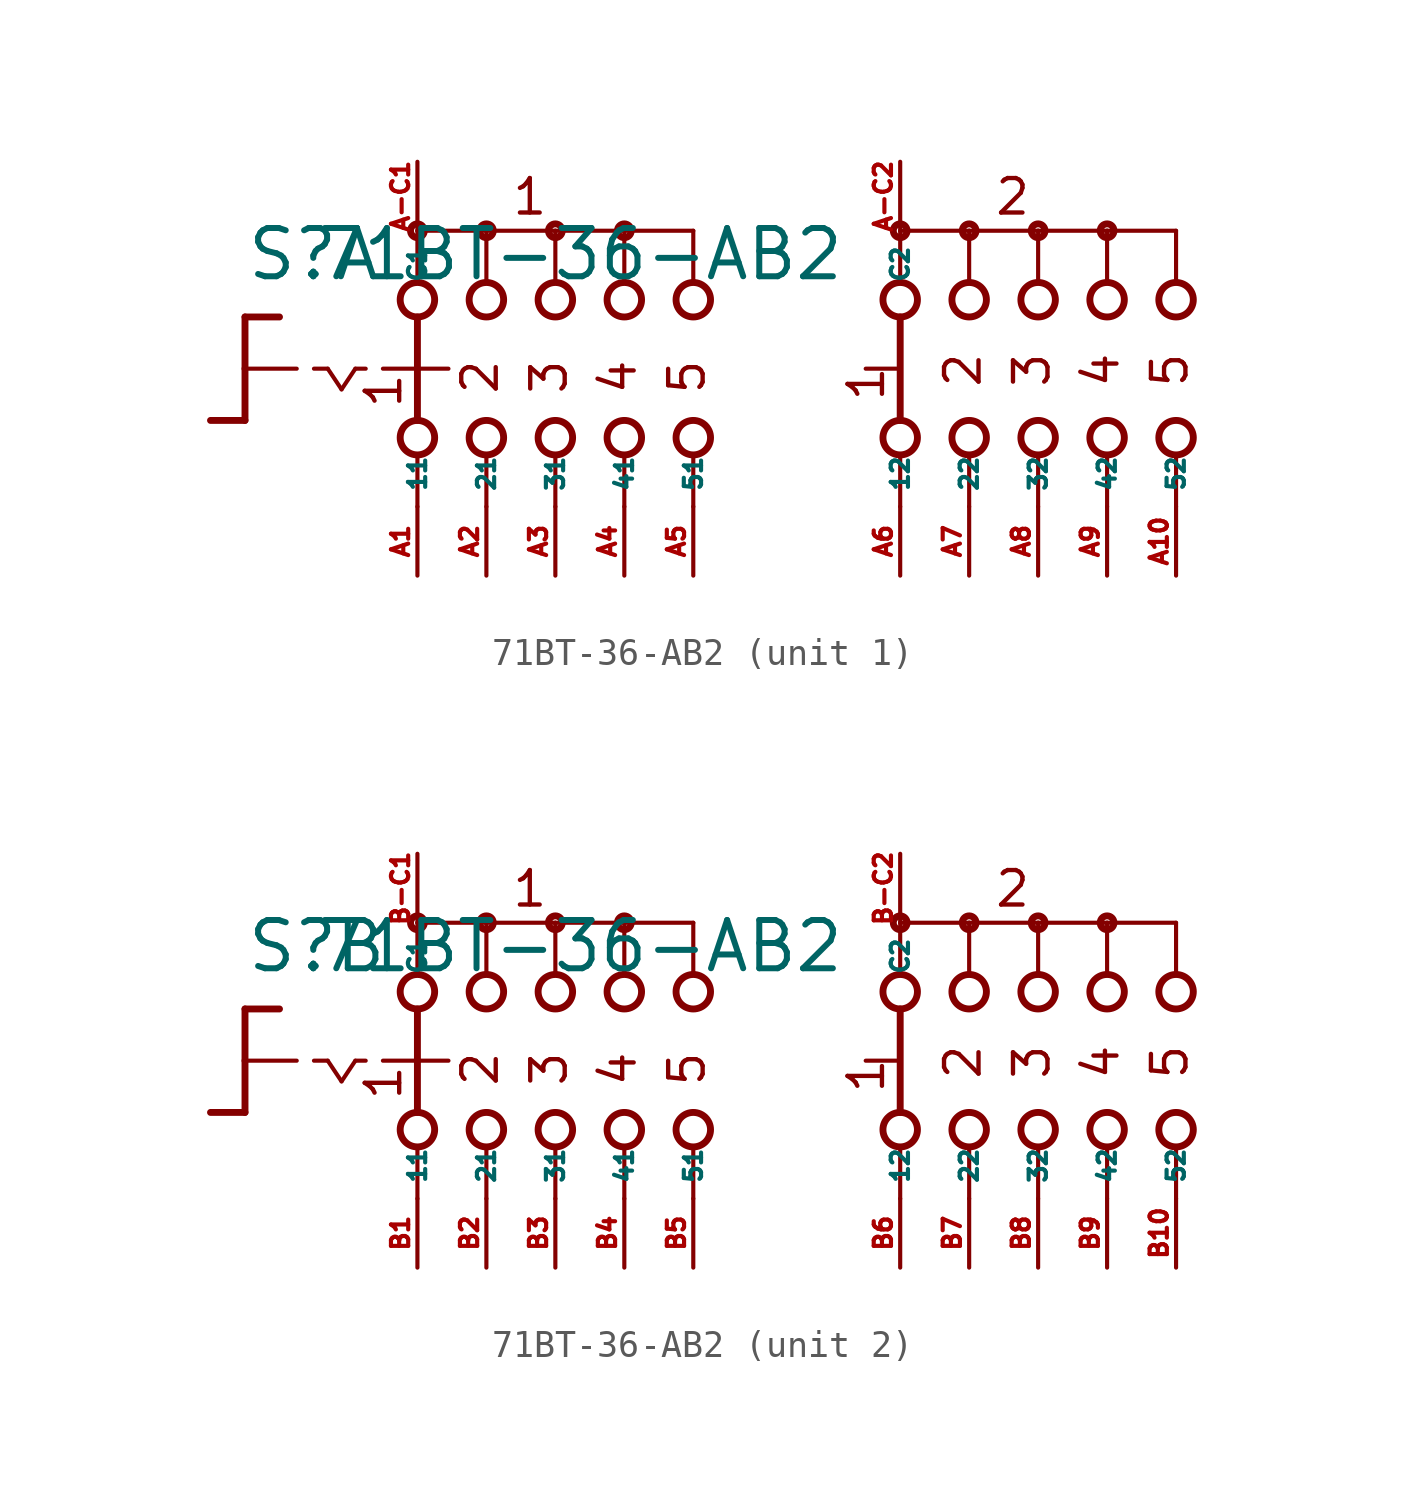
<source format=kicad_sym>
(kicad_symbol_lib
  (version 20220914)
  (generator Eagle2Kicad)
  (symbol "71BT-36-AB2"
    (property "Reference" "S"
      (at -19.05 3.175 0)
      (effects (font (size 1.778 1.778) (thickness 0.22)) (justify left bottom)))
    (property "Value" "71BT-36-AB2"
      (at -16.51 3.175 0)
      (effects (font (size 1.778 1.778) (thickness 0.22)) (justify left bottom)))
    (symbol "71BT-36-AB2_1_0"
      (polyline (pts (xy -19.05 1.905) (xy -17.78 1.905)) (stroke (width 0.254) (type default)) (fill (type none)))
      (polyline (pts (xy -19.05 1.905) (xy -19.05 0)) (stroke (width 0.254) (type default)) (fill (type none)))
      (polyline (pts (xy -19.05 -1.905) (xy -20.32 -1.905)) (stroke (width 0.254) (type default)) (fill (type none)))
      (polyline (pts (xy -19.05 0) (xy -17.145 0)) (stroke (width 0.152) (type default)) (fill (type none)))
      (polyline (pts (xy -19.05 0) (xy -19.05 -1.905)) (stroke (width 0.254) (type default)) (fill (type none)))
      (polyline (pts (xy -16.51 0) (xy -16.002 0)) (stroke (width 0.152) (type default)) (fill (type none)))
      (polyline (pts (xy -14.986 0) (xy -14.605 0)) (stroke (width 0.152) (type default)) (fill (type none)))
      (polyline (pts (xy -16.002 0) (xy -15.494 -0.762)) (stroke (width 0.152) (type default)) (fill (type none)))
      (polyline (pts (xy -15.494 -0.762) (xy -14.986 0)) (stroke (width 0.152) (type default)) (fill (type none)))
      (polyline (pts (xy -10.16 3.175) (xy -10.16 5.08)) (stroke (width 0.152) (type default)) (fill (type none)))
      (polyline (pts (xy -7.62 3.175) (xy -7.62 5.08)) (stroke (width 0.152) (type default)) (fill (type none)))
      (polyline (pts (xy -5.08 3.175) (xy -5.08 5.08)) (stroke (width 0.152) (type default)) (fill (type none)))
      (polyline (pts (xy -7.62 5.08) (xy -10.16 5.08)) (stroke (width 0.152) (type default)) (fill (type none)))
      (polyline (pts (xy -7.62 5.08) (xy -5.08 5.08)) (stroke (width 0.152) (type default)) (fill (type none)))
      (polyline (pts (xy -2.54 3.175) (xy -2.54 5.08)) (stroke (width 0.152) (type default)) (fill (type none)))
      (polyline (pts (xy -5.08 5.08) (xy -2.54 5.08)) (stroke (width 0.152) (type default)) (fill (type none)))
      (polyline (pts (xy -12.7 5.08) (xy -12.7 3.175)) (stroke (width 0.152) (type default)) (fill (type none)))
      (polyline (pts (xy -10.16 5.08) (xy -12.7 5.08)) (stroke (width 0.152) (type default)) (fill (type none)))
      (polyline (pts (xy 5.08 3.175) (xy 5.08 5.08)) (stroke (width 0.152) (type default)) (fill (type none)))
      (polyline (pts (xy 5.08 -5.08) (xy 5.08 -3.175)) (stroke (width 0.152) (type default)) (fill (type none)))
      (polyline (pts (xy 7.62 3.175) (xy 7.62 5.08)) (stroke (width 0.152) (type default)) (fill (type none)))
      (polyline (pts (xy 10.16 3.175) (xy 10.16 5.08)) (stroke (width 0.152) (type default)) (fill (type none)))
      (polyline (pts (xy 12.7 3.175) (xy 12.7 5.08)) (stroke (width 0.152) (type default)) (fill (type none)))
      (polyline (pts (xy 15.24 3.175) (xy 15.24 5.08)) (stroke (width 0.152) (type default)) (fill (type none)))
      (polyline (pts (xy 5.08 5.08) (xy 7.62 5.08)) (stroke (width 0.152) (type default)) (fill (type none)))
      (polyline (pts (xy 7.62 5.08) (xy 10.16 5.08)) (stroke (width 0.152) (type default)) (fill (type none)))
      (polyline (pts (xy 10.16 5.08) (xy 12.7 5.08)) (stroke (width 0.152) (type default)) (fill (type none)))
      (polyline (pts (xy 12.7 5.08) (xy 15.24 5.08)) (stroke (width 0.152) (type default)) (fill (type none)))
      (polyline (pts (xy 7.62 -5.08) (xy 7.62 -3.175)) (stroke (width 0.152) (type default)) (fill (type none)))
      (polyline (pts (xy 10.16 -5.08) (xy 10.16 -3.175)) (stroke (width 0.152) (type default)) (fill (type none)))
      (polyline (pts (xy 12.7 -5.08) (xy 12.7 -3.175)) (stroke (width 0.152) (type default)) (fill (type none)))
      (polyline (pts (xy 15.24 -5.08) (xy 15.24 -3.175)) (stroke (width 0.152) (type default)) (fill (type none)))
      (polyline (pts (xy 5.08 1.905) (xy 5.08 -1.905)) (stroke (width 0.254) (type default)) (fill (type none)))
      (polyline (pts (xy 3.81 0) (xy 4.953 0)) (stroke (width 0.152) (type default)) (fill (type none)))
      (polyline (pts (xy -13.97 0) (xy -12.827 0)) (stroke (width 0.152) (type default)) (fill (type none)))
      (polyline (pts (xy -10.16 -5.08) (xy -10.16 -3.175)) (stroke (width 0.152) (type default)) (fill (type none)))
      (polyline (pts (xy -7.62 -5.08) (xy -7.62 -3.175)) (stroke (width 0.152) (type default)) (fill (type none)))
      (polyline (pts (xy -5.08 -5.08) (xy -5.08 -3.175)) (stroke (width 0.152) (type default)) (fill (type none)))
      (polyline (pts (xy -2.54 -5.08) (xy -2.54 -3.175)) (stroke (width 0.152) (type default)) (fill (type none)))
      (polyline (pts (xy -12.7 1.905) (xy -12.7 0)) (stroke (width 0.254) (type default)) (fill (type none)))
      (polyline (pts (xy -12.7 -3.175) (xy -12.7 -5.08)) (stroke (width 0.152) (type default)) (fill (type none)))
      (polyline (pts (xy -12.7 0) (xy -11.557 0)) (stroke (width 0.152) (type default)) (fill (type none)))
      (polyline (pts (xy -12.7 0) (xy -12.7 -1.905)) (stroke (width 0.254) (type default)) (fill (type none)))
      (text "2" (at 8.128 -0.762 900) (effects (font (size 1.27 1.27) (thickness 0.16)) (justify left bottom)))
      (text "3" (at 10.668 -0.762 900) (effects (font (size 1.27 1.27) (thickness 0.16)) (justify left bottom)))
      (text "4" (at 13.208 -0.762 900) (effects (font (size 1.27 1.27) (thickness 0.16)) (justify left bottom)))
      (text "5" (at 15.748 -0.762 900) (effects (font (size 1.27 1.27) (thickness 0.16)) (justify left bottom)))
      (text "1" (at 4.572 -1.27 900) (effects (font (size 1.27 1.27) (thickness 0.16)) (justify left bottom)))
      (text "1" (at -13.208 -1.524 900) (effects (font (size 1.27 1.27) (thickness 0.16)) (justify left bottom)))
      (text "2" (at -9.652 -1.016 900) (effects (font (size 1.27 1.27) (thickness 0.16)) (justify left bottom)))
      (text "3" (at -7.112 -1.016 900) (effects (font (size 1.27 1.27) (thickness 0.16)) (justify left bottom)))
      (text "4" (at -4.572 -1.016 900) (effects (font (size 1.27 1.27) (thickness 0.16)) (justify left bottom)))
      (text "5" (at -2.032 -1.016 900) (effects (font (size 1.27 1.27) (thickness 0.16)) (justify left bottom)))
      (text "1 " (at -9.271 5.588 0) (effects (font (size 1.27 1.27) (thickness 0.16)) (justify left bottom)))
      (text "2 " (at 8.509 5.588 0) (effects (font (size 1.27 1.27) (thickness 0.16)) (justify left bottom)))
      (circle (center -7.62 5.08) (radius 0.254) (stroke (width 0.254) (type default)) (fill (type none)))
      (circle (center -5.08 5.08) (radius 0.254) (stroke (width 0.254) (type default)) (fill (type none)))
      (circle (center -12.7 5.08) (radius 0.254) (stroke (width 0.254) (type default)) (fill (type none)))
      (circle (center -10.16 5.08) (radius 0.254) (stroke (width 0.254) (type default)) (fill (type none)))
      (circle (center -12.7 2.54) (radius 0.635) (stroke (width 0.254) (type default)) (fill (type none)))
      (circle (center -10.16 2.54) (radius 0.635) (stroke (width 0.254) (type default)) (fill (type none)))
      (circle (center -7.62 2.54) (radius 0.635) (stroke (width 0.254) (type default)) (fill (type none)))
      (circle (center -5.08 2.54) (radius 0.635) (stroke (width 0.254) (type default)) (fill (type none)))
      (circle (center -2.54 2.54) (radius 0.635) (stroke (width 0.254) (type default)) (fill (type none)))
      (circle (center 5.08 5.08) (radius 0.254) (stroke (width 0.254) (type default)) (fill (type none)))
      (circle (center 5.08 2.54) (radius 0.635) (stroke (width 0.254) (type default)) (fill (type none)))
      (circle (center 5.08 -2.54) (radius 0.635) (stroke (width 0.254) (type default)) (fill (type none)))
      (circle (center 7.62 2.54) (radius 0.635) (stroke (width 0.254) (type default)) (fill (type none)))
      (circle (center 10.16 2.54) (radius 0.635) (stroke (width 0.254) (type default)) (fill (type none)))
      (circle (center 12.7 2.54) (radius 0.635) (stroke (width 0.254) (type default)) (fill (type none)))
      (circle (center 15.24 2.54) (radius 0.635) (stroke (width 0.254) (type default)) (fill (type none)))
      (circle (center 7.62 5.08) (radius 0.254) (stroke (width 0.254) (type default)) (fill (type none)))
      (circle (center 10.16 5.08) (radius 0.254) (stroke (width 0.254) (type default)) (fill (type none)))
      (circle (center 12.7 5.08) (radius 0.254) (stroke (width 0.254) (type default)) (fill (type none)))
      (circle (center 7.62 -2.54) (radius 0.635) (stroke (width 0.254) (type default)) (fill (type none)))
      (circle (center 10.16 -2.54) (radius 0.635) (stroke (width 0.254) (type default)) (fill (type none)))
      (circle (center 12.7 -2.54) (radius 0.635) (stroke (width 0.254) (type default)) (fill (type none)))
      (circle (center 15.24 -2.54) (radius 0.635) (stroke (width 0.254) (type default)) (fill (type none)))
      (circle (center -12.7 -2.54) (radius 0.635) (stroke (width 0.254) (type default)) (fill (type none)))
      (circle (center -10.16 -2.54) (radius 0.635) (stroke (width 0.254) (type default)) (fill (type none)))
      (circle (center -7.62 -2.54) (radius 0.635) (stroke (width 0.254) (type default)) (fill (type none)))
      (circle (center -5.08 -2.54) (radius 0.635) (stroke (width 0.254) (type default)) (fill (type none)))
      (circle (center -2.54 -2.54) (radius 0.635) (stroke (width 0.254) (type default)) (fill (type none)))
      (pin passive line (at -12.7 -7.62 90) (length 2.54) (name "11" (effects (font (size 0.635 0.635) (thickness 0.08)) (justify left bottom))) (number "A1" (effects (font (size 0.635 0.635) (thickness 0.08)) (justify left bottom))))
      (pin passive line (at -12.7 7.62 270) (length 2.54) (name "C1" (effects (font (size 0.635 0.635) (thickness 0.08)) (justify left bottom))) (number "A-C1" (effects (font (size 0.635 0.635) (thickness 0.08)) (justify left bottom))))
      (pin passive line (at -10.16 -7.62 90) (length 2.54) (name "21" (effects (font (size 0.635 0.635) (thickness 0.08)) (justify left bottom))) (number "A2" (effects (font (size 0.635 0.635) (thickness 0.08)) (justify left bottom))))
      (pin passive line (at -7.62 -7.62 90) (length 2.54) (name "31" (effects (font (size 0.635 0.635) (thickness 0.08)) (justify left bottom))) (number "A3" (effects (font (size 0.635 0.635) (thickness 0.08)) (justify left bottom))))
      (pin passive line (at -5.08 -7.62 90) (length 2.54) (name "41" (effects (font (size 0.635 0.635) (thickness 0.08)) (justify left bottom))) (number "A4" (effects (font (size 0.635 0.635) (thickness 0.08)) (justify left bottom))))
      (pin passive line (at -2.54 -7.62 90) (length 2.54) (name "51" (effects (font (size 0.635 0.635) (thickness 0.08)) (justify left bottom))) (number "A5" (effects (font (size 0.635 0.635) (thickness 0.08)) (justify left bottom))))
      (pin passive line (at 5.08 -7.62 90) (length 2.54) (name "12" (effects (font (size 0.635 0.635) (thickness 0.08)) (justify left bottom))) (number "A6" (effects (font (size 0.635 0.635) (thickness 0.08)) (justify left bottom))))
      (pin passive line (at 7.62 -7.62 90) (length 2.54) (name "22" (effects (font (size 0.635 0.635) (thickness 0.08)) (justify left bottom))) (number "A7" (effects (font (size 0.635 0.635) (thickness 0.08)) (justify left bottom))))
      (pin passive line (at 10.16 -7.62 90) (length 2.54) (name "32" (effects (font (size 0.635 0.635) (thickness 0.08)) (justify left bottom))) (number "A8" (effects (font (size 0.635 0.635) (thickness 0.08)) (justify left bottom))))
      (pin passive line (at 12.7 -7.62 90) (length 2.54) (name "42" (effects (font (size 0.635 0.635) (thickness 0.08)) (justify left bottom))) (number "A9" (effects (font (size 0.635 0.635) (thickness 0.08)) (justify left bottom))))
      (pin passive line (at 15.24 -7.62 90) (length 2.54) (name "52" (effects (font (size 0.635 0.635) (thickness 0.08)) (justify left bottom))) (number "A10" (effects (font (size 0.635 0.635) (thickness 0.08)) (justify left bottom))))
      (pin passive line (at 5.08 7.62 270) (length 2.54) (name "C2" (effects (font (size 0.635 0.635) (thickness 0.08)) (justify left bottom))) (number "A-C2" (effects (font (size 0.635 0.635) (thickness 0.08)) (justify left bottom)))))
    (symbol "71BT-36-AB2_2_0"
      (polyline (pts (xy -19.05 1.905) (xy -17.78 1.905)) (stroke (width 0.254) (type default)) (fill (type none)))
      (polyline (pts (xy -19.05 1.905) (xy -19.05 0)) (stroke (width 0.254) (type default)) (fill (type none)))
      (polyline (pts (xy -19.05 -1.905) (xy -20.32 -1.905)) (stroke (width 0.254) (type default)) (fill (type none)))
      (polyline (pts (xy -19.05 0) (xy -17.145 0)) (stroke (width 0.152) (type default)) (fill (type none)))
      (polyline (pts (xy -19.05 0) (xy -19.05 -1.905)) (stroke (width 0.254) (type default)) (fill (type none)))
      (polyline (pts (xy -16.51 0) (xy -16.002 0)) (stroke (width 0.152) (type default)) (fill (type none)))
      (polyline (pts (xy -14.986 0) (xy -14.605 0)) (stroke (width 0.152) (type default)) (fill (type none)))
      (polyline (pts (xy -16.002 0) (xy -15.494 -0.762)) (stroke (width 0.152) (type default)) (fill (type none)))
      (polyline (pts (xy -15.494 -0.762) (xy -14.986 0)) (stroke (width 0.152) (type default)) (fill (type none)))
      (polyline (pts (xy -10.16 3.175) (xy -10.16 5.08)) (stroke (width 0.152) (type default)) (fill (type none)))
      (polyline (pts (xy -7.62 3.175) (xy -7.62 5.08)) (stroke (width 0.152) (type default)) (fill (type none)))
      (polyline (pts (xy -5.08 3.175) (xy -5.08 5.08)) (stroke (width 0.152) (type default)) (fill (type none)))
      (polyline (pts (xy -7.62 5.08) (xy -10.16 5.08)) (stroke (width 0.152) (type default)) (fill (type none)))
      (polyline (pts (xy -7.62 5.08) (xy -5.08 5.08)) (stroke (width 0.152) (type default)) (fill (type none)))
      (polyline (pts (xy -2.54 3.175) (xy -2.54 5.08)) (stroke (width 0.152) (type default)) (fill (type none)))
      (polyline (pts (xy -5.08 5.08) (xy -2.54 5.08)) (stroke (width 0.152) (type default)) (fill (type none)))
      (polyline (pts (xy -12.7 5.08) (xy -12.7 3.175)) (stroke (width 0.152) (type default)) (fill (type none)))
      (polyline (pts (xy -10.16 5.08) (xy -12.7 5.08)) (stroke (width 0.152) (type default)) (fill (type none)))
      (polyline (pts (xy 5.08 3.175) (xy 5.08 5.08)) (stroke (width 0.152) (type default)) (fill (type none)))
      (polyline (pts (xy 5.08 -5.08) (xy 5.08 -3.175)) (stroke (width 0.152) (type default)) (fill (type none)))
      (polyline (pts (xy 7.62 3.175) (xy 7.62 5.08)) (stroke (width 0.152) (type default)) (fill (type none)))
      (polyline (pts (xy 10.16 3.175) (xy 10.16 5.08)) (stroke (width 0.152) (type default)) (fill (type none)))
      (polyline (pts (xy 12.7 3.175) (xy 12.7 5.08)) (stroke (width 0.152) (type default)) (fill (type none)))
      (polyline (pts (xy 15.24 3.175) (xy 15.24 5.08)) (stroke (width 0.152) (type default)) (fill (type none)))
      (polyline (pts (xy 5.08 5.08) (xy 7.62 5.08)) (stroke (width 0.152) (type default)) (fill (type none)))
      (polyline (pts (xy 7.62 5.08) (xy 10.16 5.08)) (stroke (width 0.152) (type default)) (fill (type none)))
      (polyline (pts (xy 10.16 5.08) (xy 12.7 5.08)) (stroke (width 0.152) (type default)) (fill (type none)))
      (polyline (pts (xy 12.7 5.08) (xy 15.24 5.08)) (stroke (width 0.152) (type default)) (fill (type none)))
      (polyline (pts (xy 7.62 -5.08) (xy 7.62 -3.175)) (stroke (width 0.152) (type default)) (fill (type none)))
      (polyline (pts (xy 10.16 -5.08) (xy 10.16 -3.175)) (stroke (width 0.152) (type default)) (fill (type none)))
      (polyline (pts (xy 12.7 -5.08) (xy 12.7 -3.175)) (stroke (width 0.152) (type default)) (fill (type none)))
      (polyline (pts (xy 15.24 -5.08) (xy 15.24 -3.175)) (stroke (width 0.152) (type default)) (fill (type none)))
      (polyline (pts (xy 5.08 1.905) (xy 5.08 -1.905)) (stroke (width 0.254) (type default)) (fill (type none)))
      (polyline (pts (xy 3.81 0) (xy 4.953 0)) (stroke (width 0.152) (type default)) (fill (type none)))
      (polyline (pts (xy -13.97 0) (xy -12.827 0)) (stroke (width 0.152) (type default)) (fill (type none)))
      (polyline (pts (xy -10.16 -5.08) (xy -10.16 -3.175)) (stroke (width 0.152) (type default)) (fill (type none)))
      (polyline (pts (xy -7.62 -5.08) (xy -7.62 -3.175)) (stroke (width 0.152) (type default)) (fill (type none)))
      (polyline (pts (xy -5.08 -5.08) (xy -5.08 -3.175)) (stroke (width 0.152) (type default)) (fill (type none)))
      (polyline (pts (xy -2.54 -5.08) (xy -2.54 -3.175)) (stroke (width 0.152) (type default)) (fill (type none)))
      (polyline (pts (xy -12.7 1.905) (xy -12.7 0)) (stroke (width 0.254) (type default)) (fill (type none)))
      (polyline (pts (xy -12.7 -3.175) (xy -12.7 -5.08)) (stroke (width 0.152) (type default)) (fill (type none)))
      (polyline (pts (xy -12.7 0) (xy -11.557 0)) (stroke (width 0.152) (type default)) (fill (type none)))
      (polyline (pts (xy -12.7 0) (xy -12.7 -1.905)) (stroke (width 0.254) (type default)) (fill (type none)))
      (text "2" (at 8.128 -0.762 900) (effects (font (size 1.27 1.27) (thickness 0.16)) (justify left bottom)))
      (text "3" (at 10.668 -0.762 900) (effects (font (size 1.27 1.27) (thickness 0.16)) (justify left bottom)))
      (text "4" (at 13.208 -0.762 900) (effects (font (size 1.27 1.27) (thickness 0.16)) (justify left bottom)))
      (text "5" (at 15.748 -0.762 900) (effects (font (size 1.27 1.27) (thickness 0.16)) (justify left bottom)))
      (text "1" (at 4.572 -1.27 900) (effects (font (size 1.27 1.27) (thickness 0.16)) (justify left bottom)))
      (text "1" (at -13.208 -1.524 900) (effects (font (size 1.27 1.27) (thickness 0.16)) (justify left bottom)))
      (text "2" (at -9.652 -1.016 900) (effects (font (size 1.27 1.27) (thickness 0.16)) (justify left bottom)))
      (text "3" (at -7.112 -1.016 900) (effects (font (size 1.27 1.27) (thickness 0.16)) (justify left bottom)))
      (text "4" (at -4.572 -1.016 900) (effects (font (size 1.27 1.27) (thickness 0.16)) (justify left bottom)))
      (text "5" (at -2.032 -1.016 900) (effects (font (size 1.27 1.27) (thickness 0.16)) (justify left bottom)))
      (text "1 " (at -9.271 5.588 0) (effects (font (size 1.27 1.27) (thickness 0.16)) (justify left bottom)))
      (text "2 " (at 8.509 5.588 0) (effects (font (size 1.27 1.27) (thickness 0.16)) (justify left bottom)))
      (circle (center -7.62 5.08) (radius 0.254) (stroke (width 0.254) (type default)) (fill (type none)))
      (circle (center -5.08 5.08) (radius 0.254) (stroke (width 0.254) (type default)) (fill (type none)))
      (circle (center -12.7 5.08) (radius 0.254) (stroke (width 0.254) (type default)) (fill (type none)))
      (circle (center -10.16 5.08) (radius 0.254) (stroke (width 0.254) (type default)) (fill (type none)))
      (circle (center -12.7 2.54) (radius 0.635) (stroke (width 0.254) (type default)) (fill (type none)))
      (circle (center -10.16 2.54) (radius 0.635) (stroke (width 0.254) (type default)) (fill (type none)))
      (circle (center -7.62 2.54) (radius 0.635) (stroke (width 0.254) (type default)) (fill (type none)))
      (circle (center -5.08 2.54) (radius 0.635) (stroke (width 0.254) (type default)) (fill (type none)))
      (circle (center -2.54 2.54) (radius 0.635) (stroke (width 0.254) (type default)) (fill (type none)))
      (circle (center 5.08 5.08) (radius 0.254) (stroke (width 0.254) (type default)) (fill (type none)))
      (circle (center 5.08 2.54) (radius 0.635) (stroke (width 0.254) (type default)) (fill (type none)))
      (circle (center 5.08 -2.54) (radius 0.635) (stroke (width 0.254) (type default)) (fill (type none)))
      (circle (center 7.62 2.54) (radius 0.635) (stroke (width 0.254) (type default)) (fill (type none)))
      (circle (center 10.16 2.54) (radius 0.635) (stroke (width 0.254) (type default)) (fill (type none)))
      (circle (center 12.7 2.54) (radius 0.635) (stroke (width 0.254) (type default)) (fill (type none)))
      (circle (center 15.24 2.54) (radius 0.635) (stroke (width 0.254) (type default)) (fill (type none)))
      (circle (center 7.62 5.08) (radius 0.254) (stroke (width 0.254) (type default)) (fill (type none)))
      (circle (center 10.16 5.08) (radius 0.254) (stroke (width 0.254) (type default)) (fill (type none)))
      (circle (center 12.7 5.08) (radius 0.254) (stroke (width 0.254) (type default)) (fill (type none)))
      (circle (center 7.62 -2.54) (radius 0.635) (stroke (width 0.254) (type default)) (fill (type none)))
      (circle (center 10.16 -2.54) (radius 0.635) (stroke (width 0.254) (type default)) (fill (type none)))
      (circle (center 12.7 -2.54) (radius 0.635) (stroke (width 0.254) (type default)) (fill (type none)))
      (circle (center 15.24 -2.54) (radius 0.635) (stroke (width 0.254) (type default)) (fill (type none)))
      (circle (center -12.7 -2.54) (radius 0.635) (stroke (width 0.254) (type default)) (fill (type none)))
      (circle (center -10.16 -2.54) (radius 0.635) (stroke (width 0.254) (type default)) (fill (type none)))
      (circle (center -7.62 -2.54) (radius 0.635) (stroke (width 0.254) (type default)) (fill (type none)))
      (circle (center -5.08 -2.54) (radius 0.635) (stroke (width 0.254) (type default)) (fill (type none)))
      (circle (center -2.54 -2.54) (radius 0.635) (stroke (width 0.254) (type default)) (fill (type none)))
      (pin passive line (at -12.7 -7.62 90) (length 2.54) (name "11" (effects (font (size 0.635 0.635) (thickness 0.08)) (justify left bottom))) (number "B1" (effects (font (size 0.635 0.635) (thickness 0.08)) (justify left bottom))))
      (pin passive line (at -12.7 7.62 270) (length 2.54) (name "C1" (effects (font (size 0.635 0.635) (thickness 0.08)) (justify left bottom))) (number "B-C1" (effects (font (size 0.635 0.635) (thickness 0.08)) (justify left bottom))))
      (pin passive line (at -10.16 -7.62 90) (length 2.54) (name "21" (effects (font (size 0.635 0.635) (thickness 0.08)) (justify left bottom))) (number "B2" (effects (font (size 0.635 0.635) (thickness 0.08)) (justify left bottom))))
      (pin passive line (at -7.62 -7.62 90) (length 2.54) (name "31" (effects (font (size 0.635 0.635) (thickness 0.08)) (justify left bottom))) (number "B3" (effects (font (size 0.635 0.635) (thickness 0.08)) (justify left bottom))))
      (pin passive line (at -5.08 -7.62 90) (length 2.54) (name "41" (effects (font (size 0.635 0.635) (thickness 0.08)) (justify left bottom))) (number "B4" (effects (font (size 0.635 0.635) (thickness 0.08)) (justify left bottom))))
      (pin passive line (at -2.54 -7.62 90) (length 2.54) (name "51" (effects (font (size 0.635 0.635) (thickness 0.08)) (justify left bottom))) (number "B5" (effects (font (size 0.635 0.635) (thickness 0.08)) (justify left bottom))))
      (pin passive line (at 5.08 -7.62 90) (length 2.54) (name "12" (effects (font (size 0.635 0.635) (thickness 0.08)) (justify left bottom))) (number "B6" (effects (font (size 0.635 0.635) (thickness 0.08)) (justify left bottom))))
      (pin passive line (at 7.62 -7.62 90) (length 2.54) (name "22" (effects (font (size 0.635 0.635) (thickness 0.08)) (justify left bottom))) (number "B7" (effects (font (size 0.635 0.635) (thickness 0.08)) (justify left bottom))))
      (pin passive line (at 10.16 -7.62 90) (length 2.54) (name "32" (effects (font (size 0.635 0.635) (thickness 0.08)) (justify left bottom))) (number "B8" (effects (font (size 0.635 0.635) (thickness 0.08)) (justify left bottom))))
      (pin passive line (at 12.7 -7.62 90) (length 2.54) (name "42" (effects (font (size 0.635 0.635) (thickness 0.08)) (justify left bottom))) (number "B9" (effects (font (size 0.635 0.635) (thickness 0.08)) (justify left bottom))))
      (pin passive line (at 15.24 -7.62 90) (length 2.54) (name "52" (effects (font (size 0.635 0.635) (thickness 0.08)) (justify left bottom))) (number "B10" (effects (font (size 0.635 0.635) (thickness 0.08)) (justify left bottom))))
      (pin passive line (at 5.08 7.62 270) (length 2.54) (name "C2" (effects (font (size 0.635 0.635) (thickness 0.08)) (justify left bottom))) (number "B-C2" (effects (font (size 0.635 0.635) (thickness 0.08)) (justify left bottom)))))))
</source>
